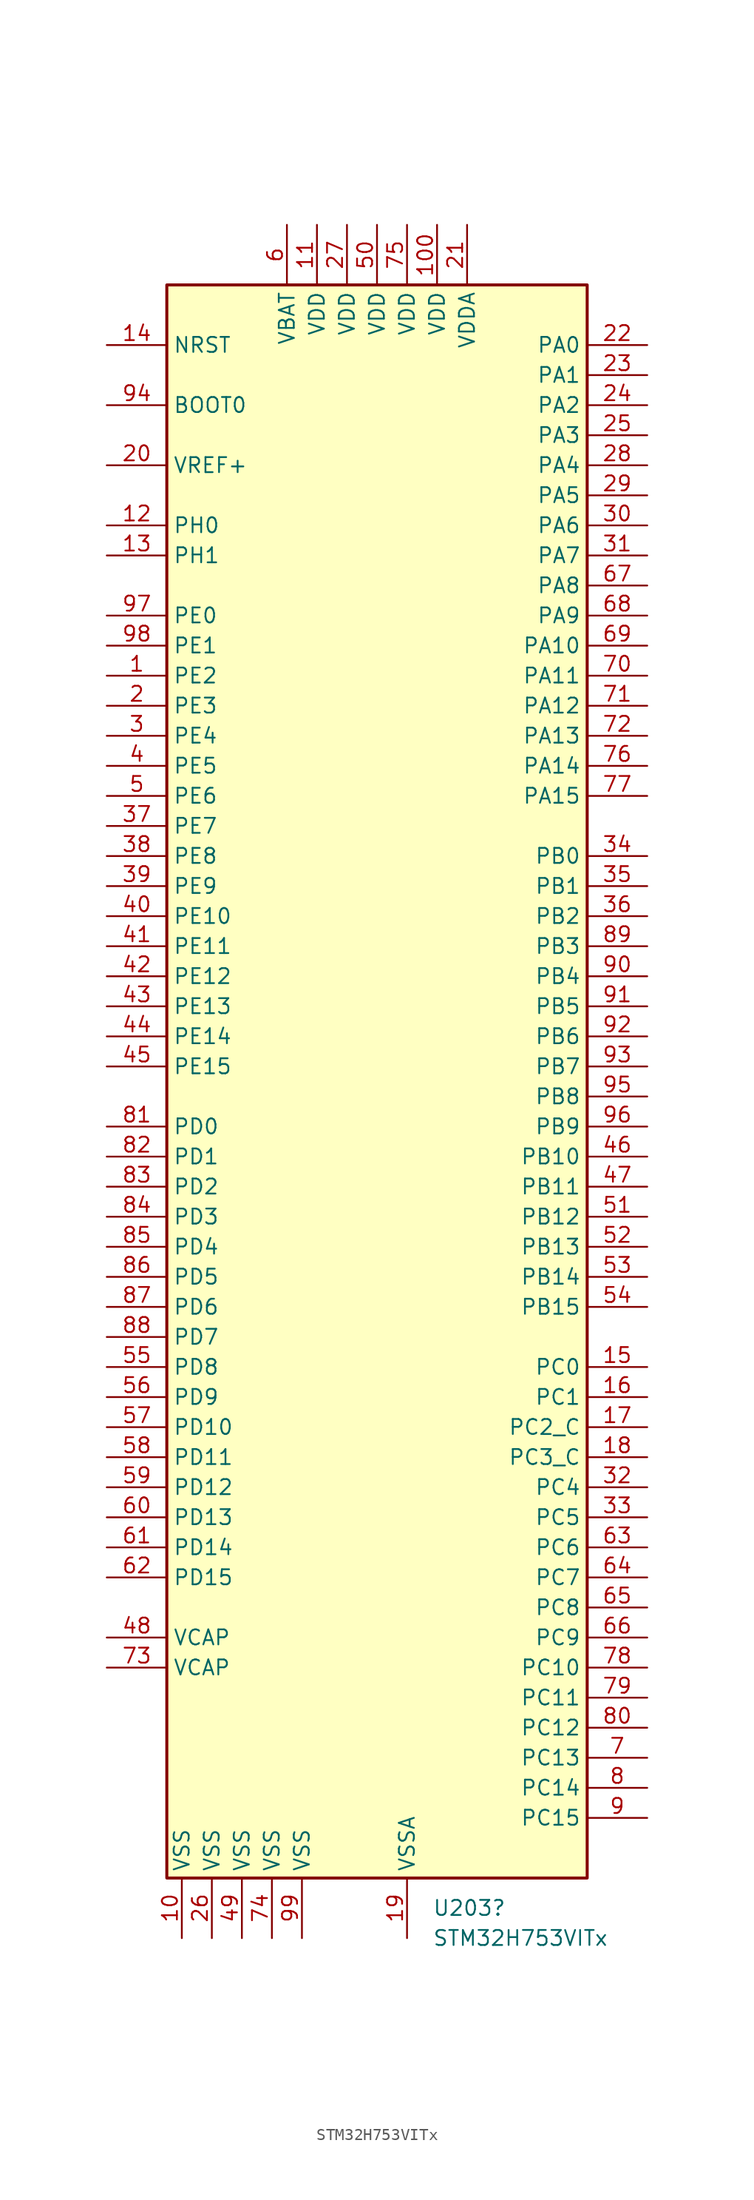
<source format=kicad_sym>
(kicad_symbol_lib
  (version 20241209)
  (generator "kicad_symbol_editor")
  (generator_version "9.0")
  (symbol "STM32H753VITx"
    (property "Reference" "U203"
      (at 4.683 -68.58 0)
      (effects (font (size 1.27 1.27)) (justify left)))
    (property "Value" "STM32H753VITx"
      (at 4.683 -71.12 0)
      (effects (font (size 1.27 1.27)) (justify left)))
    (symbol "STM32H753VITx_0_1"
      (rectangle (start -17.78 -66.04) (end 17.78 68.58) (stroke (width 0.254) (type default)) (fill (type background))))
    (symbol "STM32H753VITx_1_1"
      (pin bidirectional line (at -22.86 63.5 0) (length 5.08) (name "NRST" (effects (font (size 1.27 1.27)))) (number "14" (effects (font (size 1.27 1.27)))))
      (pin input line (at -22.86 58.42 0) (length 5.08) (name "BOOT0" (effects (font (size 1.27 1.27)))) (number "94" (effects (font (size 1.27 1.27)))))
      (pin input line (at -22.86 53.34 0) (length 5.08) (name "VREF+" (effects (font (size 1.27 1.27)))) (number "20" (effects (font (size 1.27 1.27)))) (alternate "VREFBUF_OUT" bidirectional line))
      (pin bidirectional line (at -22.86 48.26 0) (length 5.08) (name "PH0" (effects (font (size 1.27 1.27)))) (number "12" (effects (font (size 1.27 1.27)))) (alternate "RCC_OSC_IN" bidirectional line))
      (pin bidirectional line (at -22.86 45.72 0) (length 5.08) (name "PH1" (effects (font (size 1.27 1.27)))) (number "13" (effects (font (size 1.27 1.27)))) (alternate "RCC_OSC_OUT" bidirectional line))
      (pin bidirectional line (at -22.86 40.64 0) (length 5.08) (name "PE0" (effects (font (size 1.27 1.27)))) (number "97" (effects (font (size 1.27 1.27)))) (alternate "DCMI_D2" bidirectional line) (alternate "FMC_NBL0" bidirectional line) (alternate "HRTIM_SCIN" bidirectional line) (alternate "LPTIM1_ETR" bidirectional line) (alternate "LPTIM2_ETR" bidirectional line) (alternate "SAI2_MCLK_A" bidirectional line) (alternate "TIM4_ETR" bidirectional line) (alternate "UART8_RX" bidirectional line))
      (pin bidirectional line (at -22.86 38.1 0) (length 5.08) (name "PE1" (effects (font (size 1.27 1.27)))) (number "98" (effects (font (size 1.27 1.27)))) (alternate "DCMI_D3" bidirectional line) (alternate "FMC_NBL1" bidirectional line) (alternate "HRTIM_SCOUT" bidirectional line) (alternate "LPTIM1_IN2" bidirectional line) (alternate "UART8_TX" bidirectional line))
      (pin bidirectional line (at -22.86 35.56 0) (length 5.08) (name "PE2" (effects (font (size 1.27 1.27)))) (number "1" (effects (font (size 1.27 1.27)))) (alternate "DEBUG_TRACECLK" bidirectional line) (alternate "ETH_TXD3" bidirectional line) (alternate "FMC_A23" bidirectional line) (alternate "QUADSPI_BK1_IO2" bidirectional line) (alternate "SAI1_CK1" bidirectional line) (alternate "SAI1_MCLK_A" bidirectional line) (alternate "SAI4_CK1" bidirectional line) (alternate "SAI4_MCLK_A" bidirectional line) (alternate "SPI4_SCK" bidirectional line))
      (pin bidirectional line (at -22.86 33.02 0) (length 5.08) (name "PE3" (effects (font (size 1.27 1.27)))) (number "2" (effects (font (size 1.27 1.27)))) (alternate "DEBUG_TRACED0" bidirectional line) (alternate "FMC_A19" bidirectional line) (alternate "SAI1_SD_B" bidirectional line) (alternate "SAI4_SD_B" bidirectional line) (alternate "TIM15_BKIN" bidirectional line))
      (pin bidirectional line (at -22.86 30.48 0) (length 5.08) (name "PE4" (effects (font (size 1.27 1.27)))) (number "3" (effects (font (size 1.27 1.27)))) (alternate "DCMI_D4" bidirectional line) (alternate "DEBUG_TRACED1" bidirectional line) (alternate "DFSDM1_DATIN3" bidirectional line) (alternate "FMC_A20" bidirectional line) (alternate "LTDC_B0" bidirectional line) (alternate "SAI1_D2" bidirectional line) (alternate "SAI1_FS_A" bidirectional line) (alternate "SAI4_D2" bidirectional line) (alternate "SAI4_FS_A" bidirectional line) (alternate "SPI4_NSS" bidirectional line) (alternate "TIM15_CH1N" bidirectional line))
      (pin bidirectional line (at -22.86 27.94 0) (length 5.08) (name "PE5" (effects (font (size 1.27 1.27)))) (number "4" (effects (font (size 1.27 1.27)))) (alternate "DCMI_D6" bidirectional line) (alternate "DEBUG_TRACED2" bidirectional line) (alternate "DFSDM1_CKIN3" bidirectional line) (alternate "FMC_A21" bidirectional line) (alternate "LTDC_G0" bidirectional line) (alternate "SAI1_CK2" bidirectional line) (alternate "SAI1_SCK_A" bidirectional line) (alternate "SAI4_CK2" bidirectional line) (alternate "SAI4_SCK_A" bidirectional line) (alternate "SPI4_MISO" bidirectional line) (alternate "TIM15_CH1" bidirectional line))
      (pin bidirectional line (at -22.86 25.4 0) (length 5.08) (name "PE6" (effects (font (size 1.27 1.27)))) (number "5" (effects (font (size 1.27 1.27)))) (alternate "DCMI_D7" bidirectional line) (alternate "DEBUG_TRACED3" bidirectional line) (alternate "FMC_A22" bidirectional line) (alternate "LTDC_G1" bidirectional line) (alternate "SAI1_D1" bidirectional line) (alternate "SAI1_SD_A" bidirectional line) (alternate "SAI2_MCLK_B" bidirectional line) (alternate "SAI4_D1" bidirectional line) (alternate "SAI4_SD_A" bidirectional line) (alternate "SPI4_MOSI" bidirectional line) (alternate "TIM15_CH2" bidirectional line) (alternate "TIM1_BKIN2" bidirectional line) (alternate "TIM1_BKIN2_COMP1" bidirectional line) (alternate "TIM1_BKIN2_COMP2" bidirectional line))
      (pin bidirectional line (at -22.86 22.86 0) (length 5.08) (name "PE7" (effects (font (size 1.27 1.27)))) (number "37" (effects (font (size 1.27 1.27)))) (alternate "COMP2_INM" bidirectional line) (alternate "DFSDM1_DATIN2" bidirectional line) (alternate "FMC_D4" bidirectional line) (alternate "FMC_DA4" bidirectional line) (alternate "OPAMP2_VOUT" bidirectional line) (alternate "QUADSPI_BK2_IO0" bidirectional line) (alternate "TIM1_ETR" bidirectional line) (alternate "UART7_RX" bidirectional line))
      (pin bidirectional line (at -22.86 20.32 0) (length 5.08) (name "PE8" (effects (font (size 1.27 1.27)))) (number "38" (effects (font (size 1.27 1.27)))) (alternate "COMP2_OUT" bidirectional line) (alternate "DFSDM1_CKIN2" bidirectional line) (alternate "FMC_D5" bidirectional line) (alternate "FMC_DA5" bidirectional line) (alternate "OPAMP2_VINM" bidirectional line) (alternate "OPAMP2_VINM0" bidirectional line) (alternate "QUADSPI_BK2_IO1" bidirectional line) (alternate "TIM1_CH1N" bidirectional line) (alternate "UART7_TX" bidirectional line))
      (pin bidirectional line (at -22.86 17.78 0) (length 5.08) (name "PE9" (effects (font (size 1.27 1.27)))) (number "39" (effects (font (size 1.27 1.27)))) (alternate "COMP2_INP" bidirectional line) (alternate "DAC1_EXTI9" bidirectional line) (alternate "DFSDM1_CKOUT" bidirectional line) (alternate "FMC_D6" bidirectional line) (alternate "FMC_DA6" bidirectional line) (alternate "OPAMP2_VINP" bidirectional line) (alternate "QUADSPI_BK2_IO2" bidirectional line) (alternate "TIM1_CH1" bidirectional line) (alternate "UART7_DE" bidirectional line) (alternate "UART7_RTS" bidirectional line))
      (pin bidirectional line (at -22.86 15.24 0) (length 5.08) (name "PE10" (effects (font (size 1.27 1.27)))) (number "40" (effects (font (size 1.27 1.27)))) (alternate "COMP2_INM" bidirectional line) (alternate "DFSDM1_DATIN4" bidirectional line) (alternate "FMC_D7" bidirectional line) (alternate "FMC_DA7" bidirectional line) (alternate "QUADSPI_BK2_IO3" bidirectional line) (alternate "TIM1_CH2N" bidirectional line) (alternate "UART7_CTS" bidirectional line))
      (pin bidirectional line (at -22.86 12.7 0) (length 5.08) (name "PE11" (effects (font (size 1.27 1.27)))) (number "41" (effects (font (size 1.27 1.27)))) (alternate "ADC1_EXTI11" bidirectional line) (alternate "ADC2_EXTI11" bidirectional line) (alternate "ADC3_EXTI11" bidirectional line) (alternate "COMP2_INP" bidirectional line) (alternate "DFSDM1_CKIN4" bidirectional line) (alternate "FMC_D8" bidirectional line) (alternate "FMC_DA8" bidirectional line) (alternate "LTDC_G3" bidirectional line) (alternate "SAI2_SD_B" bidirectional line) (alternate "SPI4_NSS" bidirectional line) (alternate "TIM1_CH2" bidirectional line))
      (pin bidirectional line (at -22.86 10.16 0) (length 5.08) (name "PE12" (effects (font (size 1.27 1.27)))) (number "42" (effects (font (size 1.27 1.27)))) (alternate "COMP1_OUT" bidirectional line) (alternate "DFSDM1_DATIN5" bidirectional line) (alternate "FMC_D9" bidirectional line) (alternate "FMC_DA9" bidirectional line) (alternate "LTDC_B4" bidirectional line) (alternate "SAI2_SCK_B" bidirectional line) (alternate "SPI4_SCK" bidirectional line) (alternate "TIM1_CH3N" bidirectional line))
      (pin bidirectional line (at -22.86 7.62 0) (length 5.08) (name "PE13" (effects (font (size 1.27 1.27)))) (number "43" (effects (font (size 1.27 1.27)))) (alternate "COMP2_OUT" bidirectional line) (alternate "DFSDM1_CKIN5" bidirectional line) (alternate "FMC_D10" bidirectional line) (alternate "FMC_DA10" bidirectional line) (alternate "LTDC_DE" bidirectional line) (alternate "SAI2_FS_B" bidirectional line) (alternate "SPI4_MISO" bidirectional line) (alternate "TIM1_CH3" bidirectional line))
      (pin bidirectional line (at -22.86 5.08 0) (length 5.08) (name "PE14" (effects (font (size 1.27 1.27)))) (number "44" (effects (font (size 1.27 1.27)))) (alternate "FMC_D11" bidirectional line) (alternate "FMC_DA11" bidirectional line) (alternate "LTDC_CLK" bidirectional line) (alternate "SAI2_MCLK_B" bidirectional line) (alternate "SPI4_MOSI" bidirectional line) (alternate "TIM1_CH4" bidirectional line))
      (pin bidirectional line (at -22.86 2.54 0) (length 5.08) (name "PE15" (effects (font (size 1.27 1.27)))) (number "45" (effects (font (size 1.27 1.27)))) (alternate "ADC1_EXTI15" bidirectional line) (alternate "ADC2_EXTI15" bidirectional line) (alternate "ADC3_EXTI15" bidirectional line) (alternate "FMC_D12" bidirectional line) (alternate "FMC_DA12" bidirectional line) (alternate "LTDC_R7" bidirectional line) (alternate "TIM1_BKIN" bidirectional line) (alternate "TIM1_BKIN_COMP1" bidirectional line) (alternate "TIM1_BKIN_COMP2" bidirectional line))
      (pin bidirectional line (at -22.86 -2.54 0) (length 5.08) (name "PD0" (effects (font (size 1.27 1.27)))) (number "81" (effects (font (size 1.27 1.27)))) (alternate "DFSDM1_CKIN6" bidirectional line) (alternate "FDCAN1_RX" bidirectional line) (alternate "FMC_D2" bidirectional line) (alternate "FMC_DA2" bidirectional line) (alternate "SAI3_SCK_A" bidirectional line) (alternate "UART4_RX" bidirectional line))
      (pin bidirectional line (at -22.86 -5.08 0) (length 5.08) (name "PD1" (effects (font (size 1.27 1.27)))) (number "82" (effects (font (size 1.27 1.27)))) (alternate "DFSDM1_DATIN6" bidirectional line) (alternate "FDCAN1_TX" bidirectional line) (alternate "FMC_D3" bidirectional line) (alternate "FMC_DA3" bidirectional line) (alternate "SAI3_SD_A" bidirectional line) (alternate "UART4_TX" bidirectional line))
      (pin bidirectional line (at -22.86 -7.62 0) (length 5.08) (name "PD2" (effects (font (size 1.27 1.27)))) (number "83" (effects (font (size 1.27 1.27)))) (alternate "DCMI_D11" bidirectional line) (alternate "DEBUG_TRACED2" bidirectional line) (alternate "SDMMC1_CMD" bidirectional line) (alternate "TIM3_ETR" bidirectional line) (alternate "UART5_RX" bidirectional line))
      (pin bidirectional line (at -22.86 -10.16 0) (length 5.08) (name "PD3" (effects (font (size 1.27 1.27)))) (number "84" (effects (font (size 1.27 1.27)))) (alternate "DCMI_D5" bidirectional line) (alternate "DFSDM1_CKOUT" bidirectional line) (alternate "FMC_CLK" bidirectional line) (alternate "I2S2_CK" bidirectional line) (alternate "LTDC_G7" bidirectional line) (alternate "SPI2_SCK" bidirectional line) (alternate "USART2_CTS" bidirectional line) (alternate "USART2_NSS" bidirectional line))
      (pin bidirectional line (at -22.86 -12.7 0) (length 5.08) (name "PD4" (effects (font (size 1.27 1.27)))) (number "85" (effects (font (size 1.27 1.27)))) (alternate "FMC_NOE" bidirectional line) (alternate "HRTIM_FLT3" bidirectional line) (alternate "SAI3_FS_A" bidirectional line) (alternate "USART2_DE" bidirectional line) (alternate "USART2_RTS" bidirectional line))
      (pin bidirectional line (at -22.86 -15.24 0) (length 5.08) (name "PD5" (effects (font (size 1.27 1.27)))) (number "86" (effects (font (size 1.27 1.27)))) (alternate "FMC_NWE" bidirectional line) (alternate "HRTIM_EEV3" bidirectional line) (alternate "USART2_TX" bidirectional line))
      (pin bidirectional line (at -22.86 -17.78 0) (length 5.08) (name "PD6" (effects (font (size 1.27 1.27)))) (number "87" (effects (font (size 1.27 1.27)))) (alternate "DCMI_D10" bidirectional line) (alternate "DFSDM1_CKIN4" bidirectional line) (alternate "DFSDM1_DATIN1" bidirectional line) (alternate "FMC_NWAIT" bidirectional line) (alternate "I2S3_SDO" bidirectional line) (alternate "LTDC_B2" bidirectional line) (alternate "SAI1_D1" bidirectional line) (alternate "SAI1_SD_A" bidirectional line) (alternate "SAI4_D1" bidirectional line) (alternate "SAI4_SD_A" bidirectional line) (alternate "SDMMC2_CK" bidirectional line) (alternate "SPI3_MOSI" bidirectional line) (alternate "USART2_RX" bidirectional line))
      (pin bidirectional line (at -22.86 -20.32 0) (length 5.08) (name "PD7" (effects (font (size 1.27 1.27)))) (number "88" (effects (font (size 1.27 1.27)))) (alternate "DFSDM1_CKIN1" bidirectional line) (alternate "DFSDM1_DATIN4" bidirectional line) (alternate "FMC_NE1" bidirectional line) (alternate "I2S1_SDO" bidirectional line) (alternate "SDMMC2_CMD" bidirectional line) (alternate "SPDIFRX1_IN0" bidirectional line) (alternate "SPI1_MOSI" bidirectional line) (alternate "USART2_CK" bidirectional line))
      (pin bidirectional line (at -22.86 -22.86 0) (length 5.08) (name "PD8" (effects (font (size 1.27 1.27)))) (number "55" (effects (font (size 1.27 1.27)))) (alternate "DFSDM1_CKIN3" bidirectional line) (alternate "FMC_D13" bidirectional line) (alternate "FMC_DA13" bidirectional line) (alternate "SAI3_SCK_B" bidirectional line) (alternate "SPDIFRX1_IN1" bidirectional line) (alternate "USART3_TX" bidirectional line))
      (pin bidirectional line (at -22.86 -25.4 0) (length 5.08) (name "PD9" (effects (font (size 1.27 1.27)))) (number "56" (effects (font (size 1.27 1.27)))) (alternate "DAC1_EXTI9" bidirectional line) (alternate "DFSDM1_DATIN3" bidirectional line) (alternate "FMC_D14" bidirectional line) (alternate "FMC_DA14" bidirectional line) (alternate "SAI3_SD_B" bidirectional line) (alternate "USART3_RX" bidirectional line))
      (pin bidirectional line (at -22.86 -27.94 0) (length 5.08) (name "PD10" (effects (font (size 1.27 1.27)))) (number "57" (effects (font (size 1.27 1.27)))) (alternate "DFSDM1_CKOUT" bidirectional line) (alternate "FMC_D15" bidirectional line) (alternate "FMC_DA15" bidirectional line) (alternate "LTDC_B3" bidirectional line) (alternate "SAI3_FS_B" bidirectional line) (alternate "USART3_CK" bidirectional line))
      (pin bidirectional line (at -22.86 -30.48 0) (length 5.08) (name "PD11" (effects (font (size 1.27 1.27)))) (number "58" (effects (font (size 1.27 1.27)))) (alternate "ADC1_EXTI11" bidirectional line) (alternate "ADC2_EXTI11" bidirectional line) (alternate "ADC3_EXTI11" bidirectional line) (alternate "FMC_A16" bidirectional line) (alternate "FMC_CLE" bidirectional line) (alternate "I2C4_SMBA" bidirectional line) (alternate "LPTIM2_IN2" bidirectional line) (alternate "QUADSPI_BK1_IO0" bidirectional line) (alternate "SAI2_SD_A" bidirectional line) (alternate "USART3_CTS" bidirectional line) (alternate "USART3_NSS" bidirectional line))
      (pin bidirectional line (at -22.86 -33.02 0) (length 5.08) (name "PD12" (effects (font (size 1.27 1.27)))) (number "59" (effects (font (size 1.27 1.27)))) (alternate "FMC_A17" bidirectional line) (alternate "FMC_ALE" bidirectional line) (alternate "I2C4_SCL" bidirectional line) (alternate "LPTIM1_IN1" bidirectional line) (alternate "LPTIM2_IN1" bidirectional line) (alternate "QUADSPI_BK1_IO1" bidirectional line) (alternate "SAI2_FS_A" bidirectional line) (alternate "TIM4_CH1" bidirectional line) (alternate "USART3_DE" bidirectional line) (alternate "USART3_RTS" bidirectional line))
      (pin bidirectional line (at -22.86 -35.56 0) (length 5.08) (name "PD13" (effects (font (size 1.27 1.27)))) (number "60" (effects (font (size 1.27 1.27)))) (alternate "FMC_A18" bidirectional line) (alternate "I2C4_SDA" bidirectional line) (alternate "LPTIM1_OUT" bidirectional line) (alternate "QUADSPI_BK1_IO3" bidirectional line) (alternate "SAI2_SCK_A" bidirectional line) (alternate "TIM4_CH2" bidirectional line))
      (pin bidirectional line (at -22.86 -38.1 0) (length 5.08) (name "PD14" (effects (font (size 1.27 1.27)))) (number "61" (effects (font (size 1.27 1.27)))) (alternate "FMC_D0" bidirectional line) (alternate "FMC_DA0" bidirectional line) (alternate "SAI3_MCLK_B" bidirectional line) (alternate "TIM4_CH3" bidirectional line) (alternate "UART8_CTS" bidirectional line))
      (pin bidirectional line (at -22.86 -40.64 0) (length 5.08) (name "PD15" (effects (font (size 1.27 1.27)))) (number "62" (effects (font (size 1.27 1.27)))) (alternate "ADC1_EXTI15" bidirectional line) (alternate "ADC2_EXTI15" bidirectional line) (alternate "ADC3_EXTI15" bidirectional line) (alternate "FMC_D1" bidirectional line) (alternate "FMC_DA1" bidirectional line) (alternate "SAI3_MCLK_A" bidirectional line) (alternate "TIM4_CH4" bidirectional line) (alternate "UART8_DE" bidirectional line) (alternate "UART8_RTS" bidirectional line))
      (pin power_out line (at -22.86 -45.72 0) (length 5.08) (name "VCAP" (effects (font (size 1.27 1.27)))) (number "48" (effects (font (size 1.27 1.27)))))
      (pin power_out line (at -22.86 -48.26 0) (length 5.08) (name "VCAP" (effects (font (size 1.27 1.27)))) (number "73" (effects (font (size 1.27 1.27)))))
      (pin power_in line (at -16.51 -71.12 90) (length 5.08) (name "VSS" (effects (font (size 1.27 1.27)))) (number "10" (effects (font (size 1.27 1.27)))))
      (pin passive line (at -13.97 -71.12 90) (length 5.08) (name "VSS" (effects (font (size 1.27 1.27)))) (number "26" (effects (font (size 1.27 1.27)))))
      (pin passive line (at -11.43 -71.12 90) (length 5.08) (name "VSS" (effects (font (size 1.27 1.27)))) (number "49" (effects (font (size 1.27 1.27)))))
      (pin passive line (at -8.89 -71.12 90) (length 5.08) (name "VSS" (effects (font (size 1.27 1.27)))) (number "74" (effects (font (size 1.27 1.27)))))
      (pin power_in line (at -7.62 73.66 270) (length 5.08) (name "VBAT" (effects (font (size 1.27 1.27)))) (number "6" (effects (font (size 1.27 1.27)))))
      (pin passive line (at -6.35 -71.12 90) (length 5.08) (name "VSS" (effects (font (size 1.27 1.27)))) (number "99" (effects (font (size 1.27 1.27)))))
      (pin power_in line (at -5.08 73.66 270) (length 5.08) (name "VDD" (effects (font (size 1.27 1.27)))) (number "11" (effects (font (size 1.27 1.27)))))
      (pin power_in line (at -2.54 73.66 270) (length 5.08) (name "VDD" (effects (font (size 1.27 1.27)))) (number "27" (effects (font (size 1.27 1.27)))))
      (pin power_in line (at 0 73.66 270) (length 5.08) (name "VDD" (effects (font (size 1.27 1.27)))) (number "50" (effects (font (size 1.27 1.27)))))
      (pin power_in line (at 2.54 73.66 270) (length 5.08) (name "VDD" (effects (font (size 1.27 1.27)))) (number "75" (effects (font (size 1.27 1.27)))))
      (pin power_in line (at 2.54 -71.12 90) (length 5.08) (name "VSSA" (effects (font (size 1.27 1.27)))) (number "19" (effects (font (size 1.27 1.27)))))
      (pin power_in line (at 5.08 73.66 270) (length 5.08) (name "VDD" (effects (font (size 1.27 1.27)))) (number "100" (effects (font (size 1.27 1.27)))))
      (pin power_in line (at 7.62 73.66 270) (length 5.08) (name "VDDA" (effects (font (size 1.27 1.27)))) (number "21" (effects (font (size 1.27 1.27)))))
      (pin bidirectional line (at 22.86 63.5 180) (length 5.08) (name "PA0" (effects (font (size 1.27 1.27)))) (number "22" (effects (font (size 1.27 1.27)))) (alternate "ADC1_INP16" bidirectional line) (alternate "ETH_CRS" bidirectional line) (alternate "PWR_WKUP1" bidirectional line) (alternate "SAI2_SD_B" bidirectional line) (alternate "SDMMC2_CMD" bidirectional line) (alternate "TIM15_BKIN" bidirectional line) (alternate "TIM2_CH1" bidirectional line) (alternate "TIM2_ETR" bidirectional line) (alternate "TIM5_CH1" bidirectional line) (alternate "TIM8_ETR" bidirectional line) (alternate "UART4_TX" bidirectional line) (alternate "USART2_CTS" bidirectional line) (alternate "USART2_NSS" bidirectional line))
      (pin bidirectional line (at 22.86 60.96 180) (length 5.08) (name "PA1" (effects (font (size 1.27 1.27)))) (number "23" (effects (font (size 1.27 1.27)))) (alternate "ADC1_INN16" bidirectional line) (alternate "ADC1_INP17" bidirectional line) (alternate "ETH_REF_CLK" bidirectional line) (alternate "ETH_RX_CLK" bidirectional line) (alternate "LPTIM3_OUT" bidirectional line) (alternate "LTDC_R2" bidirectional line) (alternate "QUADSPI_BK1_IO3" bidirectional line) (alternate "SAI2_MCLK_B" bidirectional line) (alternate "TIM15_CH1N" bidirectional line) (alternate "TIM2_CH2" bidirectional line) (alternate "TIM5_CH2" bidirectional line) (alternate "UART4_RX" bidirectional line) (alternate "USART2_DE" bidirectional line) (alternate "USART2_RTS" bidirectional line))
      (pin bidirectional line (at 22.86 58.42 180) (length 5.08) (name "PA2" (effects (font (size 1.27 1.27)))) (number "24" (effects (font (size 1.27 1.27)))) (alternate "ADC1_INP14" bidirectional line) (alternate "ADC2_INP14" bidirectional line) (alternate "ETH_MDIO" bidirectional line) (alternate "LPTIM4_OUT" bidirectional line) (alternate "LTDC_R1" bidirectional line) (alternate "MDIOS_MDIO" bidirectional line) (alternate "PWR_WKUP2" bidirectional line) (alternate "SAI2_SCK_B" bidirectional line) (alternate "TIM15_CH1" bidirectional line) (alternate "TIM2_CH3" bidirectional line) (alternate "TIM5_CH3" bidirectional line) (alternate "USART2_TX" bidirectional line))
      (pin bidirectional line (at 22.86 55.88 180) (length 5.08) (name "PA3" (effects (font (size 1.27 1.27)))) (number "25" (effects (font (size 1.27 1.27)))) (alternate "ADC1_INP15" bidirectional line) (alternate "ADC2_INP15" bidirectional line) (alternate "ETH_COL" bidirectional line) (alternate "LPTIM5_OUT" bidirectional line) (alternate "LTDC_B2" bidirectional line) (alternate "LTDC_B5" bidirectional line) (alternate "TIM15_CH2" bidirectional line) (alternate "TIM2_CH4" bidirectional line) (alternate "TIM5_CH4" bidirectional line) (alternate "USART2_RX" bidirectional line) (alternate "USB_OTG_HS_ULPI_D0" bidirectional line))
      (pin bidirectional line (at 22.86 53.34 180) (length 5.08) (name "PA4" (effects (font (size 1.27 1.27)))) (number "28" (effects (font (size 1.27 1.27)))) (alternate "ADC1_INP18" bidirectional line) (alternate "ADC2_INP18" bidirectional line) (alternate "DAC1_OUT1" bidirectional line) (alternate "DCMI_HSYNC" bidirectional line) (alternate "I2S1_WS" bidirectional line) (alternate "I2S3_WS" bidirectional line) (alternate "LTDC_VSYNC" bidirectional line) (alternate "SPI1_NSS" bidirectional line) (alternate "SPI3_NSS" bidirectional line) (alternate "SPI6_NSS" bidirectional line) (alternate "TIM5_ETR" bidirectional line) (alternate "USART2_CK" bidirectional line) (alternate "USB_OTG_HS_SOF" bidirectional line))
      (pin bidirectional line (at 22.86 50.8 180) (length 5.08) (name "PA5" (effects (font (size 1.27 1.27)))) (number "29" (effects (font (size 1.27 1.27)))) (alternate "ADC1_INN18" bidirectional line) (alternate "ADC1_INP19" bidirectional line) (alternate "ADC2_INN18" bidirectional line) (alternate "ADC2_INP19" bidirectional line) (alternate "DAC1_OUT2" bidirectional line) (alternate "I2S1_CK" bidirectional line) (alternate "LTDC_R4" bidirectional line) (alternate "PWR_NDSTOP2" bidirectional line) (alternate "SPI1_SCK" bidirectional line) (alternate "SPI6_SCK" bidirectional line) (alternate "TIM2_CH1" bidirectional line) (alternate "TIM2_ETR" bidirectional line) (alternate "TIM8_CH1N" bidirectional line) (alternate "USB_OTG_HS_ULPI_CK" bidirectional line))
      (pin bidirectional line (at 22.86 48.26 180) (length 5.08) (name "PA6" (effects (font (size 1.27 1.27)))) (number "30" (effects (font (size 1.27 1.27)))) (alternate "ADC1_INP3" bidirectional line) (alternate "ADC2_INP3" bidirectional line) (alternate "DCMI_PIXCLK" bidirectional line) (alternate "I2S1_SDI" bidirectional line) (alternate "LTDC_G2" bidirectional line) (alternate "MDIOS_MDC" bidirectional line) (alternate "SPI1_MISO" bidirectional line) (alternate "SPI6_MISO" bidirectional line) (alternate "TIM13_CH1" bidirectional line) (alternate "TIM1_BKIN" bidirectional line) (alternate "TIM1_BKIN_COMP1" bidirectional line) (alternate "TIM1_BKIN_COMP2" bidirectional line) (alternate "TIM3_CH1" bidirectional line) (alternate "TIM8_BKIN" bidirectional line) (alternate "TIM8_BKIN_COMP1" bidirectional line) (alternate "TIM8_BKIN_COMP2" bidirectional line))
      (pin bidirectional line (at 22.86 45.72 180) (length 5.08) (name "PA7" (effects (font (size 1.27 1.27)))) (number "31" (effects (font (size 1.27 1.27)))) (alternate "ADC1_INN3" bidirectional line) (alternate "ADC1_INP7" bidirectional line) (alternate "ADC2_INN3" bidirectional line) (alternate "ADC2_INP7" bidirectional line) (alternate "ETH_CRS_DV" bidirectional line) (alternate "ETH_RX_DV" bidirectional line) (alternate "FMC_SDNWE" bidirectional line) (alternate "I2S1_SDO" bidirectional line) (alternate "OPAMP1_VINM" bidirectional line) (alternate "OPAMP1_VINM1" bidirectional line) (alternate "SPI1_MOSI" bidirectional line) (alternate "SPI6_MOSI" bidirectional line) (alternate "TIM14_CH1" bidirectional line) (alternate "TIM1_CH1N" bidirectional line) (alternate "TIM3_CH2" bidirectional line) (alternate "TIM8_CH1N" bidirectional line))
      (pin bidirectional line (at 22.86 43.18 180) (length 5.08) (name "PA8" (effects (font (size 1.27 1.27)))) (number "67" (effects (font (size 1.27 1.27)))) (alternate "HRTIM_CHB2" bidirectional line) (alternate "I2C3_SCL" bidirectional line) (alternate "LTDC_B3" bidirectional line) (alternate "LTDC_R6" bidirectional line) (alternate "RCC_MCO_1" bidirectional line) (alternate "TIM1_CH1" bidirectional line) (alternate "TIM8_BKIN2" bidirectional line) (alternate "TIM8_BKIN2_COMP1" bidirectional line) (alternate "TIM8_BKIN2_COMP2" bidirectional line) (alternate "UART7_RX" bidirectional line) (alternate "USART1_CK" bidirectional line) (alternate "USB_OTG_FS_SOF" bidirectional line))
      (pin bidirectional line (at 22.86 40.64 180) (length 5.08) (name "PA9" (effects (font (size 1.27 1.27)))) (number "68" (effects (font (size 1.27 1.27)))) (alternate "DAC1_EXTI9" bidirectional line) (alternate "DCMI_D0" bidirectional line) (alternate "ETH_TX_ER" bidirectional line) (alternate "HRTIM_CHC1" bidirectional line) (alternate "I2C3_SMBA" bidirectional line) (alternate "I2S2_CK" bidirectional line) (alternate "LPUART1_TX" bidirectional line) (alternate "LTDC_R5" bidirectional line) (alternate "SPI2_SCK" bidirectional line) (alternate "TIM1_CH2" bidirectional line) (alternate "USART1_TX" bidirectional line) (alternate "USB_OTG_FS_VBUS" bidirectional line))
      (pin bidirectional line (at 22.86 38.1 180) (length 5.08) (name "PA10" (effects (font (size 1.27 1.27)))) (number "69" (effects (font (size 1.27 1.27)))) (alternate "DCMI_D1" bidirectional line) (alternate "HRTIM_CHC2" bidirectional line) (alternate "LPUART1_RX" bidirectional line) (alternate "LTDC_B1" bidirectional line) (alternate "LTDC_B4" bidirectional line) (alternate "MDIOS_MDIO" bidirectional line) (alternate "TIM1_CH3" bidirectional line) (alternate "USART1_RX" bidirectional line) (alternate "USB_OTG_FS_ID" bidirectional line))
      (pin bidirectional line (at 22.86 35.56 180) (length 5.08) (name "PA11" (effects (font (size 1.27 1.27)))) (number "70" (effects (font (size 1.27 1.27)))) (alternate "ADC1_EXTI11" bidirectional line) (alternate "ADC2_EXTI11" bidirectional line) (alternate "ADC3_EXTI11" bidirectional line) (alternate "FDCAN1_RX" bidirectional line) (alternate "HRTIM_CHD1" bidirectional line) (alternate "I2S2_WS" bidirectional line) (alternate "LPUART1_CTS" bidirectional line) (alternate "LTDC_R4" bidirectional line) (alternate "SPI2_NSS" bidirectional line) (alternate "TIM1_CH4" bidirectional line) (alternate "UART4_RX" bidirectional line) (alternate "USART1_CTS" bidirectional line) (alternate "USART1_NSS" bidirectional line) (alternate "USB_OTG_FS_DM" bidirectional line))
      (pin bidirectional line (at 22.86 33.02 180) (length 5.08) (name "PA12" (effects (font (size 1.27 1.27)))) (number "71" (effects (font (size 1.27 1.27)))) (alternate "FDCAN1_TX" bidirectional line) (alternate "HRTIM_CHD2" bidirectional line) (alternate "I2S2_CK" bidirectional line) (alternate "LPUART1_DE" bidirectional line) (alternate "LPUART1_RTS" bidirectional line) (alternate "LTDC_R5" bidirectional line) (alternate "SAI2_FS_B" bidirectional line) (alternate "SPI2_SCK" bidirectional line) (alternate "TIM1_ETR" bidirectional line) (alternate "UART4_TX" bidirectional line) (alternate "USART1_DE" bidirectional line) (alternate "USART1_RTS" bidirectional line) (alternate "USB_OTG_FS_DP" bidirectional line))
      (pin bidirectional line (at 22.86 30.48 180) (length 5.08) (name "PA13" (effects (font (size 1.27 1.27)))) (number "72" (effects (font (size 1.27 1.27)))) (alternate "DEBUG_JTMS-SWDIO" bidirectional line))
      (pin bidirectional line (at 22.86 27.94 180) (length 5.08) (name "PA14" (effects (font (size 1.27 1.27)))) (number "76" (effects (font (size 1.27 1.27)))) (alternate "DEBUG_JTCK-SWCLK" bidirectional line))
      (pin bidirectional line (at 22.86 25.4 180) (length 5.08) (name "PA15" (effects (font (size 1.27 1.27)))) (number "77" (effects (font (size 1.27 1.27)))) (alternate "ADC1_EXTI15" bidirectional line) (alternate "ADC2_EXTI15" bidirectional line) (alternate "ADC3_EXTI15" bidirectional line) (alternate "CEC" bidirectional line) (alternate "DEBUG_JTDI" bidirectional line) (alternate "HRTIM_FLT1" bidirectional line) (alternate "I2S1_WS" bidirectional line) (alternate "I2S3_WS" bidirectional line) (alternate "SPI1_NSS" bidirectional line) (alternate "SPI3_NSS" bidirectional line) (alternate "SPI6_NSS" bidirectional line) (alternate "TIM2_CH1" bidirectional line) (alternate "TIM2_ETR" bidirectional line) (alternate "UART4_DE" bidirectional line) (alternate "UART4_RTS" bidirectional line) (alternate "UART7_TX" bidirectional line))
      (pin bidirectional line (at 22.86 20.32 180) (length 5.08) (name "PB0" (effects (font (size 1.27 1.27)))) (number "34" (effects (font (size 1.27 1.27)))) (alternate "ADC1_INN5" bidirectional line) (alternate "ADC1_INP9" bidirectional line) (alternate "ADC2_INN5" bidirectional line) (alternate "ADC2_INP9" bidirectional line) (alternate "COMP1_INP" bidirectional line) (alternate "DFSDM1_CKOUT" bidirectional line) (alternate "ETH_RXD2" bidirectional line) (alternate "LTDC_G1" bidirectional line) (alternate "LTDC_R3" bidirectional line) (alternate "OPAMP1_VINP" bidirectional line) (alternate "TIM1_CH2N" bidirectional line) (alternate "TIM3_CH3" bidirectional line) (alternate "TIM8_CH2N" bidirectional line) (alternate "UART4_CTS" bidirectional line) (alternate "USB_OTG_HS_ULPI_D1" bidirectional line))
      (pin bidirectional line (at 22.86 17.78 180) (length 5.08) (name "PB1" (effects (font (size 1.27 1.27)))) (number "35" (effects (font (size 1.27 1.27)))) (alternate "ADC1_INP5" bidirectional line) (alternate "ADC2_INP5" bidirectional line) (alternate "COMP1_INM" bidirectional line) (alternate "DFSDM1_DATIN1" bidirectional line) (alternate "ETH_RXD3" bidirectional line) (alternate "LTDC_G0" bidirectional line) (alternate "LTDC_R6" bidirectional line) (alternate "TIM1_CH3N" bidirectional line) (alternate "TIM3_CH4" bidirectional line) (alternate "TIM8_CH3N" bidirectional line) (alternate "USB_OTG_HS_ULPI_D2" bidirectional line))
      (pin bidirectional line (at 22.86 15.24 180) (length 5.08) (name "PB2" (effects (font (size 1.27 1.27)))) (number "36" (effects (font (size 1.27 1.27)))) (alternate "COMP1_INP" bidirectional line) (alternate "DFSDM1_CKIN1" bidirectional line) (alternate "ETH_TX_ER" bidirectional line) (alternate "I2S3_SDO" bidirectional line) (alternate "QUADSPI_CLK" bidirectional line) (alternate "RTC_OUT_ALARM" bidirectional line) (alternate "RTC_OUT_CALIB" bidirectional line) (alternate "SAI1_D1" bidirectional line) (alternate "SAI1_SD_A" bidirectional line) (alternate "SAI4_D1" bidirectional line) (alternate "SAI4_SD_A" bidirectional line) (alternate "SPI3_MOSI" bidirectional line))
      (pin bidirectional line (at 22.86 12.7 180) (length 5.08) (name "PB3" (effects (font (size 1.27 1.27)))) (number "89" (effects (font (size 1.27 1.27)))) (alternate "CRS_SYNC" bidirectional line) (alternate "DEBUG_JTDO-SWO" bidirectional line) (alternate "HRTIM_FLT4" bidirectional line) (alternate "I2S1_CK" bidirectional line) (alternate "I2S3_CK" bidirectional line) (alternate "SDMMC2_D2" bidirectional line) (alternate "SPI1_SCK" bidirectional line) (alternate "SPI3_SCK" bidirectional line) (alternate "SPI6_SCK" bidirectional line) (alternate "TIM2_CH2" bidirectional line) (alternate "UART7_RX" bidirectional line))
      (pin bidirectional line (at 22.86 10.16 180) (length 5.08) (name "PB4" (effects (font (size 1.27 1.27)))) (number "90" (effects (font (size 1.27 1.27)))) (alternate "DEBUG_JTRST" bidirectional line) (alternate "HRTIM_EEV6" bidirectional line) (alternate "I2S1_SDI" bidirectional line) (alternate "I2S2_WS" bidirectional line) (alternate "I2S3_SDI" bidirectional line) (alternate "SDMMC2_D3" bidirectional line) (alternate "SPI1_MISO" bidirectional line) (alternate "SPI2_NSS" bidirectional line) (alternate "SPI3_MISO" bidirectional line) (alternate "SPI6_MISO" bidirectional line) (alternate "TIM16_BKIN" bidirectional line) (alternate "TIM3_CH1" bidirectional line) (alternate "UART7_TX" bidirectional line))
      (pin bidirectional line (at 22.86 7.62 180) (length 5.08) (name "PB5" (effects (font (size 1.27 1.27)))) (number "91" (effects (font (size 1.27 1.27)))) (alternate "DCMI_D10" bidirectional line) (alternate "ETH_PPS_OUT" bidirectional line) (alternate "FDCAN2_RX" bidirectional line) (alternate "FMC_SDCKE1" bidirectional line) (alternate "HRTIM_EEV7" bidirectional line) (alternate "I2C1_SMBA" bidirectional line) (alternate "I2C4_SMBA" bidirectional line) (alternate "I2S1_SDO" bidirectional line) (alternate "I2S3_SDO" bidirectional line) (alternate "SPI1_MOSI" bidirectional line) (alternate "SPI3_MOSI" bidirectional line) (alternate "SPI6_MOSI" bidirectional line) (alternate "TIM17_BKIN" bidirectional line) (alternate "TIM3_CH2" bidirectional line) (alternate "UART5_RX" bidirectional line) (alternate "USB_OTG_HS_ULPI_D7" bidirectional line))
      (pin bidirectional line (at 22.86 5.08 180) (length 5.08) (name "PB6" (effects (font (size 1.27 1.27)))) (number "92" (effects (font (size 1.27 1.27)))) (alternate "CEC" bidirectional line) (alternate "DCMI_D5" bidirectional line) (alternate "DFSDM1_DATIN5" bidirectional line) (alternate "FDCAN2_TX" bidirectional line) (alternate "FMC_SDNE1" bidirectional line) (alternate "HRTIM_EEV8" bidirectional line) (alternate "I2C1_SCL" bidirectional line) (alternate "I2C4_SCL" bidirectional line) (alternate "LPUART1_TX" bidirectional line) (alternate "QUADSPI_BK1_NCS" bidirectional line) (alternate "TIM16_CH1N" bidirectional line) (alternate "TIM4_CH1" bidirectional line) (alternate "UART5_TX" bidirectional line) (alternate "USART1_TX" bidirectional line))
      (pin bidirectional line (at 22.86 2.54 180) (length 5.08) (name "PB7" (effects (font (size 1.27 1.27)))) (number "93" (effects (font (size 1.27 1.27)))) (alternate "DCMI_VSYNC" bidirectional line) (alternate "DFSDM1_CKIN5" bidirectional line) (alternate "FMC_NL" bidirectional line) (alternate "HRTIM_EEV9" bidirectional line) (alternate "I2C1_SDA" bidirectional line) (alternate "I2C4_SDA" bidirectional line) (alternate "LPUART1_RX" bidirectional line) (alternate "PWR_PVD_IN" bidirectional line) (alternate "TIM17_CH1N" bidirectional line) (alternate "TIM4_CH2" bidirectional line) (alternate "USART1_RX" bidirectional line))
      (pin bidirectional line (at 22.86 0 180) (length 5.08) (name "PB8" (effects (font (size 1.27 1.27)))) (number "95" (effects (font (size 1.27 1.27)))) (alternate "DCMI_D6" bidirectional line) (alternate "DFSDM1_CKIN7" bidirectional line) (alternate "ETH_TXD3" bidirectional line) (alternate "FDCAN1_RX" bidirectional line) (alternate "I2C1_SCL" bidirectional line) (alternate "I2C4_SCL" bidirectional line) (alternate "LTDC_B6" bidirectional line) (alternate "SDMMC1_CKIN" bidirectional line) (alternate "SDMMC1_D4" bidirectional line) (alternate "SDMMC2_D4" bidirectional line) (alternate "TIM16_CH1" bidirectional line) (alternate "TIM4_CH3" bidirectional line) (alternate "UART4_RX" bidirectional line))
      (pin bidirectional line (at 22.86 -2.54 180) (length 5.08) (name "PB9" (effects (font (size 1.27 1.27)))) (number "96" (effects (font (size 1.27 1.27)))) (alternate "DAC1_EXTI9" bidirectional line) (alternate "DCMI_D7" bidirectional line) (alternate "DFSDM1_DATIN7" bidirectional line) (alternate "FDCAN1_TX" bidirectional line) (alternate "I2C1_SDA" bidirectional line) (alternate "I2C4_SDA" bidirectional line) (alternate "I2C4_SMBA" bidirectional line) (alternate "I2S2_WS" bidirectional line) (alternate "LTDC_B7" bidirectional line) (alternate "SDMMC1_CDIR" bidirectional line) (alternate "SDMMC1_D5" bidirectional line) (alternate "SDMMC2_D5" bidirectional line) (alternate "SPI2_NSS" bidirectional line) (alternate "TIM17_CH1" bidirectional line) (alternate "TIM4_CH4" bidirectional line) (alternate "UART4_TX" bidirectional line))
      (pin bidirectional line (at 22.86 -5.08 180) (length 5.08) (name "PB10" (effects (font (size 1.27 1.27)))) (number "46" (effects (font (size 1.27 1.27)))) (alternate "DFSDM1_DATIN7" bidirectional line) (alternate "ETH_RX_ER" bidirectional line) (alternate "HRTIM_SCOUT" bidirectional line) (alternate "I2C2_SCL" bidirectional line) (alternate "I2S2_CK" bidirectional line) (alternate "LPTIM2_IN1" bidirectional line) (alternate "LTDC_G4" bidirectional line) (alternate "QUADSPI_BK1_NCS" bidirectional line) (alternate "SPI2_SCK" bidirectional line) (alternate "TIM2_CH3" bidirectional line) (alternate "USART3_TX" bidirectional line) (alternate "USB_OTG_HS_ULPI_D3" bidirectional line))
      (pin bidirectional line (at 22.86 -7.62 180) (length 5.08) (name "PB11" (effects (font (size 1.27 1.27)))) (number "47" (effects (font (size 1.27 1.27)))) (alternate "ADC1_EXTI11" bidirectional line) (alternate "ADC2_EXTI11" bidirectional line) (alternate "ADC3_EXTI11" bidirectional line) (alternate "DFSDM1_CKIN7" bidirectional line) (alternate "ETH_TX_EN" bidirectional line) (alternate "HRTIM_SCIN" bidirectional line) (alternate "I2C2_SDA" bidirectional line) (alternate "LPTIM2_ETR" bidirectional line) (alternate "LTDC_G5" bidirectional line) (alternate "TIM2_CH4" bidirectional line) (alternate "USART3_RX" bidirectional line) (alternate "USB_OTG_HS_ULPI_D4" bidirectional line))
      (pin bidirectional line (at 22.86 -10.16 180) (length 5.08) (name "PB12" (effects (font (size 1.27 1.27)))) (number "51" (effects (font (size 1.27 1.27)))) (alternate "DFSDM1_DATIN1" bidirectional line) (alternate "ETH_TXD0" bidirectional line) (alternate "FDCAN2_RX" bidirectional line) (alternate "I2C2_SMBA" bidirectional line) (alternate "I2S2_WS" bidirectional line) (alternate "SPI2_NSS" bidirectional line) (alternate "TIM1_BKIN" bidirectional line) (alternate "TIM1_BKIN_COMP1" bidirectional line) (alternate "TIM1_BKIN_COMP2" bidirectional line) (alternate "UART5_RX" bidirectional line) (alternate "USART3_CK" bidirectional line) (alternate "USB_OTG_HS_ID" bidirectional line) (alternate "USB_OTG_HS_ULPI_D5" bidirectional line))
      (pin bidirectional line (at 22.86 -12.7 180) (length 5.08) (name "PB13" (effects (font (size 1.27 1.27)))) (number "52" (effects (font (size 1.27 1.27)))) (alternate "DFSDM1_CKIN1" bidirectional line) (alternate "ETH_TXD1" bidirectional line) (alternate "FDCAN2_TX" bidirectional line) (alternate "I2S2_CK" bidirectional line) (alternate "LPTIM2_OUT" bidirectional line) (alternate "SPI2_SCK" bidirectional line) (alternate "TIM1_CH1N" bidirectional line) (alternate "UART5_TX" bidirectional line) (alternate "USART3_CTS" bidirectional line) (alternate "USART3_NSS" bidirectional line) (alternate "USB_OTG_HS_ULPI_D6" bidirectional line) (alternate "USB_OTG_HS_VBUS" bidirectional line))
      (pin bidirectional line (at 22.86 -15.24 180) (length 5.08) (name "PB14" (effects (font (size 1.27 1.27)))) (number "53" (effects (font (size 1.27 1.27)))) (alternate "DFSDM1_DATIN2" bidirectional line) (alternate "I2S2_SDI" bidirectional line) (alternate "SDMMC2_D0" bidirectional line) (alternate "SPI2_MISO" bidirectional line) (alternate "TIM12_CH1" bidirectional line) (alternate "TIM1_CH2N" bidirectional line) (alternate "TIM8_CH2N" bidirectional line) (alternate "UART4_DE" bidirectional line) (alternate "UART4_RTS" bidirectional line) (alternate "USART1_TX" bidirectional line) (alternate "USART3_DE" bidirectional line) (alternate "USART3_RTS" bidirectional line) (alternate "USB_OTG_HS_DM" bidirectional line))
      (pin bidirectional line (at 22.86 -17.78 180) (length 5.08) (name "PB15" (effects (font (size 1.27 1.27)))) (number "54" (effects (font (size 1.27 1.27)))) (alternate "ADC1_EXTI15" bidirectional line) (alternate "ADC2_EXTI15" bidirectional line) (alternate "ADC3_EXTI15" bidirectional line) (alternate "DFSDM1_CKIN2" bidirectional line) (alternate "I2S2_SDO" bidirectional line) (alternate "RTC_REFIN" bidirectional line) (alternate "SDMMC2_D1" bidirectional line) (alternate "SPI2_MOSI" bidirectional line) (alternate "TIM12_CH2" bidirectional line) (alternate "TIM1_CH3N" bidirectional line) (alternate "TIM8_CH3N" bidirectional line) (alternate "UART4_CTS" bidirectional line) (alternate "USART1_RX" bidirectional line) (alternate "USB_OTG_HS_DP" bidirectional line))
      (pin bidirectional line (at 22.86 -22.86 180) (length 5.08) (name "PC0" (effects (font (size 1.27 1.27)))) (number "15" (effects (font (size 1.27 1.27)))) (alternate "ADC1_INP10" bidirectional line) (alternate "ADC2_INP10" bidirectional line) (alternate "ADC3_INP10" bidirectional line) (alternate "DFSDM1_CKIN0" bidirectional line) (alternate "DFSDM1_DATIN4" bidirectional line) (alternate "FMC_SDNWE" bidirectional line) (alternate "LTDC_R5" bidirectional line) (alternate "SAI2_FS_B" bidirectional line) (alternate "USB_OTG_HS_ULPI_STP" bidirectional line))
      (pin bidirectional line (at 22.86 -25.4 180) (length 5.08) (name "PC1" (effects (font (size 1.27 1.27)))) (number "16" (effects (font (size 1.27 1.27)))) (alternate "ADC1_INN10" bidirectional line) (alternate "ADC1_INP11" bidirectional line) (alternate "ADC2_INN10" bidirectional line) (alternate "ADC2_INP11" bidirectional line) (alternate "ADC3_INN10" bidirectional line) (alternate "ADC3_INP11" bidirectional line) (alternate "DEBUG_TRACED0" bidirectional line) (alternate "DFSDM1_CKIN4" bidirectional line) (alternate "DFSDM1_DATIN0" bidirectional line) (alternate "ETH_MDC" bidirectional line) (alternate "I2S2_SDO" bidirectional line) (alternate "MDIOS_MDC" bidirectional line) (alternate "PWR_WKUP6" bidirectional line) (alternate "RTC_TAMP3" bidirectional line) (alternate "SAI1_D1" bidirectional line) (alternate "SAI1_SD_A" bidirectional line) (alternate "SAI4_D1" bidirectional line) (alternate "SAI4_SD_A" bidirectional line) (alternate "SDMMC2_CK" bidirectional line) (alternate "SPI2_MOSI" bidirectional line))
      (pin bidirectional line (at 22.86 -27.94 180) (length 5.08) (name "PC2_C" (effects (font (size 1.27 1.27)))) (number "17" (effects (font (size 1.27 1.27)))) (alternate "ADC3_INN1" bidirectional line) (alternate "ADC3_INP0" bidirectional line) (alternate "DFSDM1_CKIN1" bidirectional line) (alternate "DFSDM1_CKOUT" bidirectional line) (alternate "ETH_TXD2" bidirectional line) (alternate "FMC_SDNE0" bidirectional line) (alternate "I2S2_SDI" bidirectional line) (alternate "PWR_CSTOP" bidirectional line) (alternate "SPI2_MISO" bidirectional line) (alternate "USB_OTG_HS_ULPI_DIR" bidirectional line))
      (pin bidirectional line (at 22.86 -30.48 180) (length 5.08) (name "PC3_C" (effects (font (size 1.27 1.27)))) (number "18" (effects (font (size 1.27 1.27)))) (alternate "ADC3_INP1" bidirectional line) (alternate "DFSDM1_DATIN1" bidirectional line) (alternate "ETH_TX_CLK" bidirectional line) (alternate "FMC_SDCKE0" bidirectional line) (alternate "I2S2_SDO" bidirectional line) (alternate "PWR_CSLEEP" bidirectional line) (alternate "SPI2_MOSI" bidirectional line) (alternate "USB_OTG_HS_ULPI_NXT" bidirectional line))
      (pin bidirectional line (at 22.86 -33.02 180) (length 5.08) (name "PC4" (effects (font (size 1.27 1.27)))) (number "32" (effects (font (size 1.27 1.27)))) (alternate "ADC1_INP4" bidirectional line) (alternate "ADC2_INP4" bidirectional line) (alternate "COMP1_INM" bidirectional line) (alternate "DFSDM1_CKIN2" bidirectional line) (alternate "ETH_RXD0" bidirectional line) (alternate "FMC_SDNE0" bidirectional line) (alternate "I2S1_MCK" bidirectional line) (alternate "OPAMP1_VOUT" bidirectional line) (alternate "SPDIFRX1_IN2" bidirectional line))
      (pin bidirectional line (at 22.86 -35.56 180) (length 5.08) (name "PC5" (effects (font (size 1.27 1.27)))) (number "33" (effects (font (size 1.27 1.27)))) (alternate "ADC1_INN4" bidirectional line) (alternate "ADC1_INP8" bidirectional line) (alternate "ADC2_INN4" bidirectional line) (alternate "ADC2_INP8" bidirectional line) (alternate "COMP1_OUT" bidirectional line) (alternate "DFSDM1_DATIN2" bidirectional line) (alternate "ETH_RXD1" bidirectional line) (alternate "FMC_SDCKE0" bidirectional line) (alternate "OPAMP1_VINM" bidirectional line) (alternate "OPAMP1_VINM0" bidirectional line) (alternate "SAI1_D3" bidirectional line) (alternate "SAI4_D3" bidirectional line) (alternate "SPDIFRX1_IN3" bidirectional line))
      (pin bidirectional line (at 22.86 -38.1 180) (length 5.08) (name "PC6" (effects (font (size 1.27 1.27)))) (number "63" (effects (font (size 1.27 1.27)))) (alternate "DCMI_D0" bidirectional line) (alternate "DFSDM1_CKIN3" bidirectional line) (alternate "FMC_NWAIT" bidirectional line) (alternate "HRTIM_CHA1" bidirectional line) (alternate "I2S2_MCK" bidirectional line) (alternate "LTDC_HSYNC" bidirectional line) (alternate "SDMMC1_D0DIR" bidirectional line) (alternate "SDMMC1_D6" bidirectional line) (alternate "SDMMC2_D6" bidirectional line) (alternate "SWPMI1_IO" bidirectional line) (alternate "TIM3_CH1" bidirectional line) (alternate "TIM8_CH1" bidirectional line) (alternate "USART6_TX" bidirectional line))
      (pin bidirectional line (at 22.86 -40.64 180) (length 5.08) (name "PC7" (effects (font (size 1.27 1.27)))) (number "64" (effects (font (size 1.27 1.27)))) (alternate "DCMI_D1" bidirectional line) (alternate "DEBUG_TRGIO" bidirectional line) (alternate "DFSDM1_DATIN3" bidirectional line) (alternate "FMC_NE1" bidirectional line) (alternate "HRTIM_CHA2" bidirectional line) (alternate "I2S3_MCK" bidirectional line) (alternate "LTDC_G6" bidirectional line) (alternate "SDMMC1_D123DIR" bidirectional line) (alternate "SDMMC1_D7" bidirectional line) (alternate "SDMMC2_D7" bidirectional line) (alternate "SWPMI1_TX" bidirectional line) (alternate "TIM3_CH2" bidirectional line) (alternate "TIM8_CH2" bidirectional line) (alternate "USART6_RX" bidirectional line))
      (pin bidirectional line (at 22.86 -43.18 180) (length 5.08) (name "PC8" (effects (font (size 1.27 1.27)))) (number "65" (effects (font (size 1.27 1.27)))) (alternate "DCMI_D2" bidirectional line) (alternate "DEBUG_TRACED1" bidirectional line) (alternate "FMC_NCE" bidirectional line) (alternate "FMC_NE2" bidirectional line) (alternate "HRTIM_CHB1" bidirectional line) (alternate "SDMMC1_D0" bidirectional line) (alternate "SWPMI1_RX" bidirectional line) (alternate "TIM3_CH3" bidirectional line) (alternate "TIM8_CH3" bidirectional line) (alternate "UART5_DE" bidirectional line) (alternate "UART5_RTS" bidirectional line) (alternate "USART6_CK" bidirectional line))
      (pin bidirectional line (at 22.86 -45.72 180) (length 5.08) (name "PC9" (effects (font (size 1.27 1.27)))) (number "66" (effects (font (size 1.27 1.27)))) (alternate "DAC1_EXTI9" bidirectional line) (alternate "DCMI_D3" bidirectional line) (alternate "I2C3_SDA" bidirectional line) (alternate "I2S_CKIN" bidirectional line) (alternate "LTDC_B2" bidirectional line) (alternate "LTDC_G3" bidirectional line) (alternate "QUADSPI_BK1_IO0" bidirectional line) (alternate "RCC_MCO_2" bidirectional line) (alternate "SDMMC1_D1" bidirectional line) (alternate "SWPMI1_SUSPEND" bidirectional line) (alternate "TIM3_CH4" bidirectional line) (alternate "TIM8_CH4" bidirectional line) (alternate "UART5_CTS" bidirectional line))
      (pin bidirectional line (at 22.86 -48.26 180) (length 5.08) (name "PC10" (effects (font (size 1.27 1.27)))) (number "78" (effects (font (size 1.27 1.27)))) (alternate "DCMI_D8" bidirectional line) (alternate "DFSDM1_CKIN5" bidirectional line) (alternate "HRTIM_EEV1" bidirectional line) (alternate "I2S3_CK" bidirectional line) (alternate "LTDC_R2" bidirectional line) (alternate "QUADSPI_BK1_IO1" bidirectional line) (alternate "SDMMC1_D2" bidirectional line) (alternate "SPI3_SCK" bidirectional line) (alternate "UART4_TX" bidirectional line) (alternate "USART3_TX" bidirectional line))
      (pin bidirectional line (at 22.86 -50.8 180) (length 5.08) (name "PC11" (effects (font (size 1.27 1.27)))) (number "79" (effects (font (size 1.27 1.27)))) (alternate "ADC1_EXTI11" bidirectional line) (alternate "ADC2_EXTI11" bidirectional line) (alternate "ADC3_EXTI11" bidirectional line) (alternate "DCMI_D4" bidirectional line) (alternate "DFSDM1_DATIN5" bidirectional line) (alternate "HRTIM_FLT2" bidirectional line) (alternate "I2S3_SDI" bidirectional line) (alternate "QUADSPI_BK2_NCS" bidirectional line) (alternate "SDMMC1_D3" bidirectional line) (alternate "SPI3_MISO" bidirectional line) (alternate "UART4_RX" bidirectional line) (alternate "USART3_RX" bidirectional line))
      (pin bidirectional line (at 22.86 -53.34 180) (length 5.08) (name "PC12" (effects (font (size 1.27 1.27)))) (number "80" (effects (font (size 1.27 1.27)))) (alternate "DCMI_D9" bidirectional line) (alternate "DEBUG_TRACED3" bidirectional line) (alternate "HRTIM_EEV2" bidirectional line) (alternate "I2S3_SDO" bidirectional line) (alternate "SDMMC1_CK" bidirectional line) (alternate "SPI3_MOSI" bidirectional line) (alternate "UART5_TX" bidirectional line) (alternate "USART3_CK" bidirectional line))
      (pin bidirectional line (at 22.86 -55.88 180) (length 5.08) (name "PC13" (effects (font (size 1.27 1.27)))) (number "7" (effects (font (size 1.27 1.27)))) (alternate "PWR_WKUP4" bidirectional line) (alternate "RTC_OUT_ALARM" bidirectional line) (alternate "RTC_OUT_CALIB" bidirectional line) (alternate "RTC_TAMP1" bidirectional line) (alternate "RTC_TS" bidirectional line))
      (pin bidirectional line (at 22.86 -58.42 180) (length 5.08) (name "PC14" (effects (font (size 1.27 1.27)))) (number "8" (effects (font (size 1.27 1.27)))) (alternate "RCC_OSC32_IN" bidirectional line))
      (pin bidirectional line (at 22.86 -60.96 180) (length 5.08) (name "PC15" (effects (font (size 1.27 1.27)))) (number "9" (effects (font (size 1.27 1.27)))) (alternate "ADC1_EXTI15" bidirectional line) (alternate "ADC2_EXTI15" bidirectional line) (alternate "ADC3_EXTI15" bidirectional line) (alternate "RCC_OSC32_OUT" bidirectional line)))))
</source>
